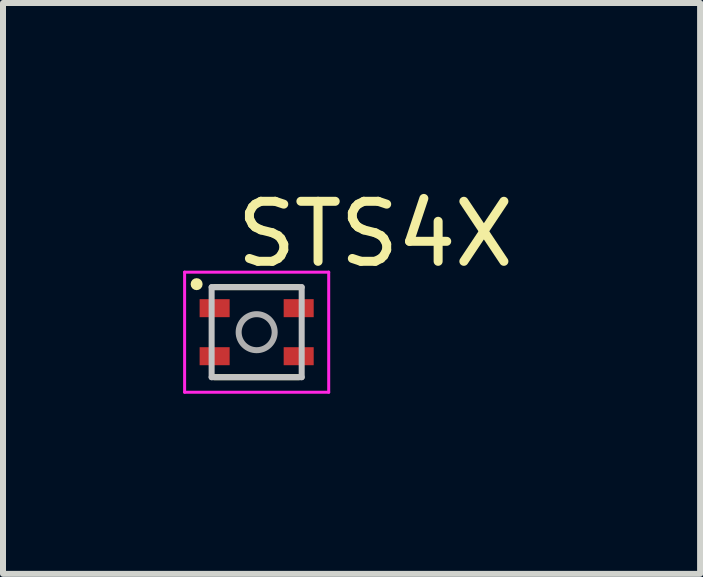
<source format=kicad_pcb>
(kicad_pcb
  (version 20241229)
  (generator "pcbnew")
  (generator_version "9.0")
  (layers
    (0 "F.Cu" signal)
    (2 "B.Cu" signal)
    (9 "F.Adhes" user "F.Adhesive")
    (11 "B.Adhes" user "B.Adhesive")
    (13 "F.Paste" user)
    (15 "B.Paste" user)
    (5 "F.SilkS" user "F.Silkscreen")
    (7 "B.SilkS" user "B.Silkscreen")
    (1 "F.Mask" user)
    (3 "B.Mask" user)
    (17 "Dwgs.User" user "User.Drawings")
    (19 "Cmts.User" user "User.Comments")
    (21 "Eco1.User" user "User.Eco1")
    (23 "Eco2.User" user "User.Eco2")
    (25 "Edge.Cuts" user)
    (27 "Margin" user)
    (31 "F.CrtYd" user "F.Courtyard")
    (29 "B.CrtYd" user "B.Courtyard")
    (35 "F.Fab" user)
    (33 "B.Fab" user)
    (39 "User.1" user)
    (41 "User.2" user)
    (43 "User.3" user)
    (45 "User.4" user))
  (footprint "STS4X"
    (layer "F.Cu")
    (at 1.225 2.483)
    (property "Reference" "STS4X" (at 1.975 -1.635 0) (layer "F.SilkS") (effects (font (size 1 1) (thickness 0.15))))
    (attr smd)
    (fp_line (start -0.7 -0.75) (end 0.7 -0.75) (stroke (width 0.1) (type solid)) (layer "F.SilkS"))
    (fp_line (start -0.7 0.75) (end 0.7 0.75) (stroke (width 0.1) (type solid)) (layer "F.SilkS"))
    (fp_circle (center -1 -0.8) (end -0.95 -0.8) (stroke (width 0.1) (type solid)) (fill no) (layer "F.SilkS"))
    (fp_line (start -0.75 -0.75) (end -0.75 0.75) (stroke (width 0.1) (type solid)) (layer "Dwgs.User"))
    (fp_line (start -0.75 0.75) (end 0.75 0.75) (stroke (width 0.1) (type solid)) (layer "Dwgs.User"))
    (fp_line (start 0.75 -0.75) (end -0.75 -0.75) (stroke (width 0.1) (type solid)) (layer "Dwgs.User"))
    (fp_line (start 0.75 0.75) (end 0.75 -0.75) (stroke (width 0.1) (type solid)) (layer "Dwgs.User"))
    (fp_line (start -1.2 -1) (end -1.2 1) (stroke (width 0.05) (type solid)) (layer "F.CrtYd"))
    (fp_line (start -1.2 1) (end 1.2 1) (stroke (width 0.05) (type solid)) (layer "F.CrtYd"))
    (fp_line (start 1.2 -1) (end -1.2 -1) (stroke (width 0.05) (type solid)) (layer "F.CrtYd"))
    (fp_line (start 1.2 1) (end 1.2 -1) (stroke (width 0.05) (type solid)) (layer "F.CrtYd"))
    (fp_circle (center 0 0) (end 0.3 0) (stroke (width 0.1) (type solid)) (fill no) (layer "F.Fab"))
    (pad "1" smd rect (at -0.7 -0.4) (size 0.5 0.3) (layers "F.Cu" "F.Mask" "F.Paste"))
    (pad "2" smd rect (at -0.7 0.4) (size 0.5 0.3) (layers "F.Cu" "F.Mask" "F.Paste"))
    (pad "3" smd rect (at 0.7 0.4) (size 0.5 0.3) (layers "F.Cu" "F.Mask" "F.Paste"))
    (pad "4" smd rect (at 0.7 -0.4) (size 0.5 0.3) (layers "F.Cu" "F.Mask" "F.Paste")))
  (gr_rect
    (start -3 -3)
    (end 8.611 6.508)
    (stroke (width 0.1) (type default))
    (fill no)
    (layer "Edge.Cuts")))
</source>
